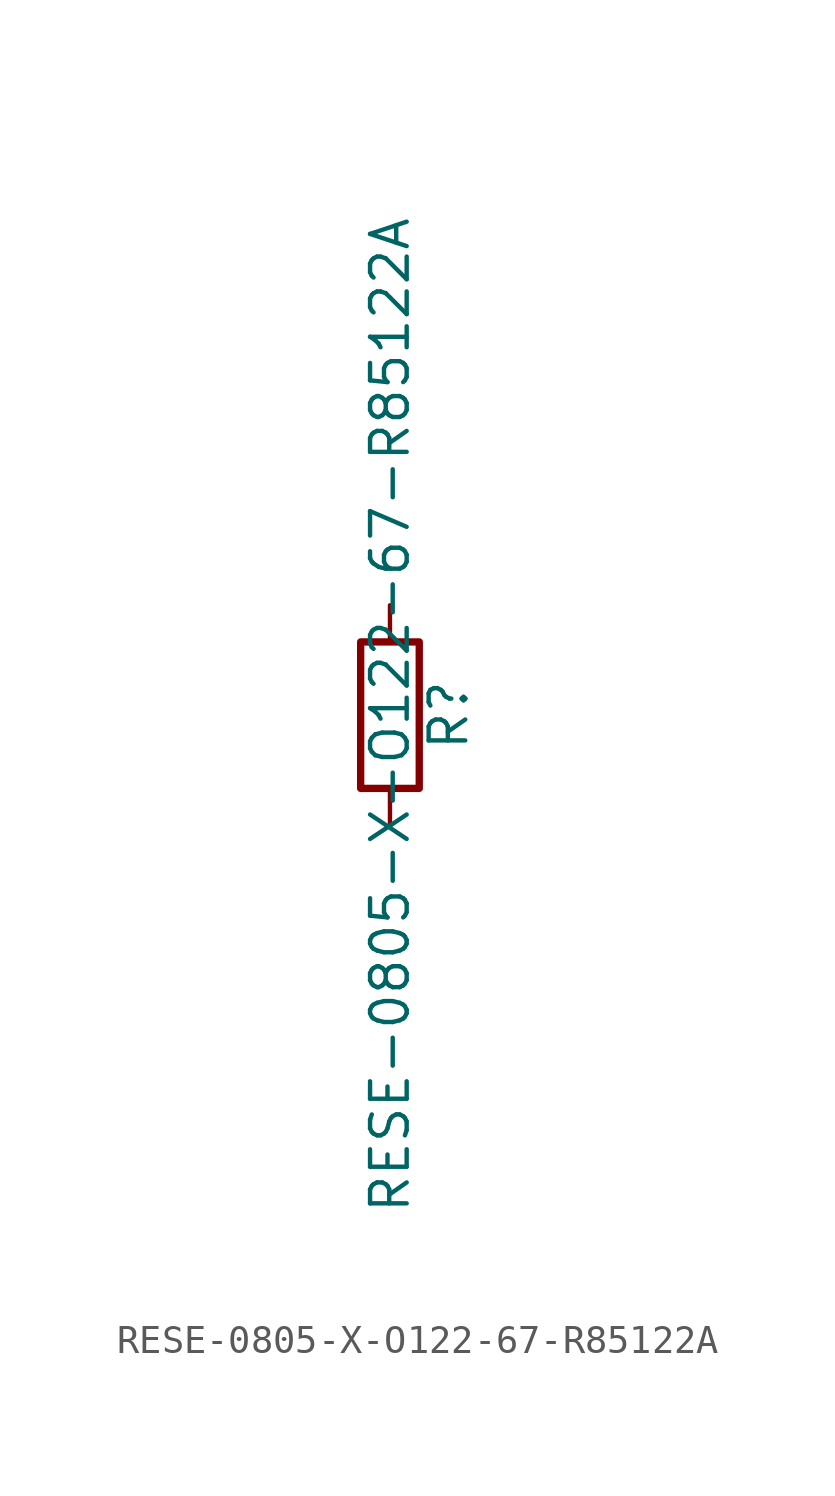
<source format=kicad_sym>
(kicad_symbol_lib
  (version 20211014)
  (generator kicad_symbol_editor)
  (symbol "RESE-0805-X-O122-67-R85122A"
    (pin_numbers hide)
    (pin_names
      (offset 0))
    (property "Reference" "R"
      (at 2.032 0 90)
      (effects (font (size 1.27 1.27))))
    (property "Value" "RESE-0805-X-O122-67-R85122A"
      (at 0 0 90)
      (effects (font (size 1.27 1.27))))
    (symbol "RESE-0805-X-O122-67-R85122A_0_1"
      (rectangle (start -1.016 -2.54) (end 1.016 2.54) (stroke (width 0.254) (type default) (color 0 0 0 0)) (fill (type none))))
    (symbol "RESE-0805-X-O122-67-R85122A_1_1"
      (pin passive line (at 0 3.81 270) (length 1.27) (name "~" (effects (font (size 1.27 1.27)))) (number "1" (effects (font (size 1.27 1.27)))))
      (pin passive line (at 0 -3.81 90) (length 1.27) (name "~" (effects (font (size 1.27 1.27)))) (number "2" (effects (font (size 1.27 1.27))))))))
</source>
